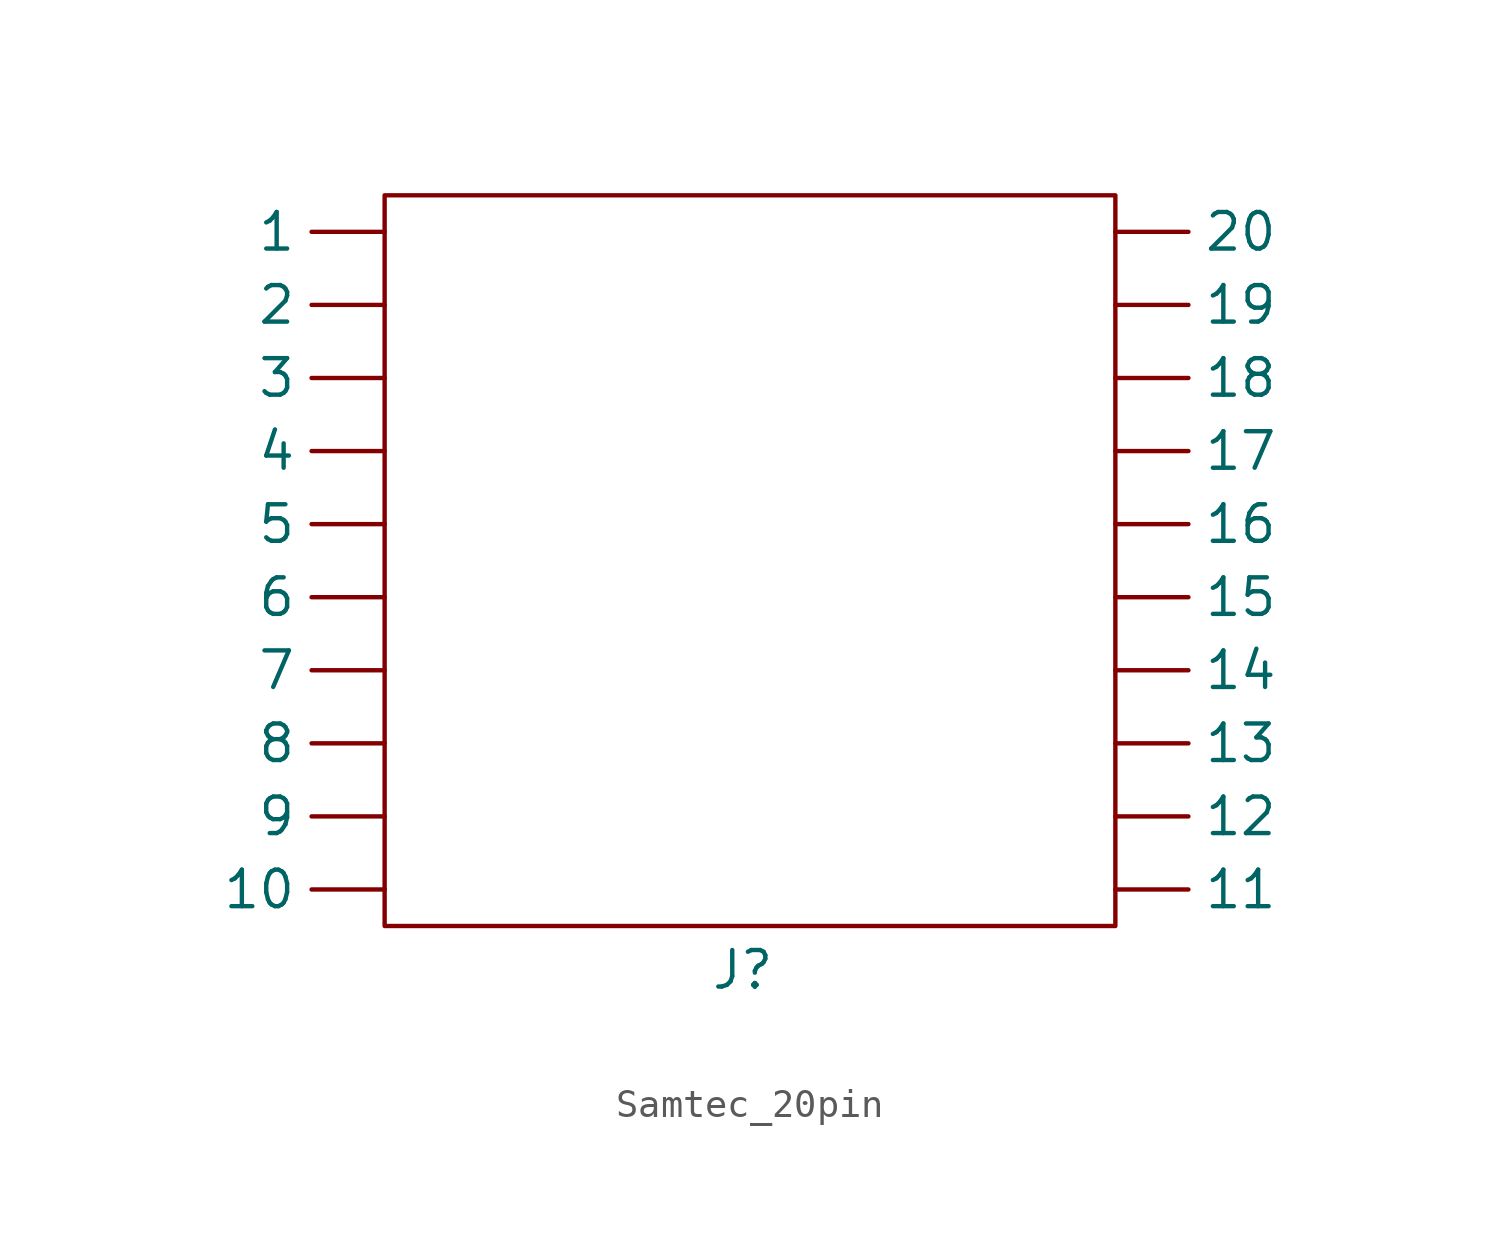
<source format=kicad_sym>
(kicad_symbol_lib
  (version 20231120)
  (generator "kicad_symbol_editor")
  (generator_version "8.0")
  (symbol "Samtec_20pin"
    (property "Reference" "J"
      (at 12.446 -1.524 0)
      (effects (font (size 1.27 1.27))))
    (property "Value" ""
      (at 0 0 0)
      (effects (font (size 1.27 1.27))))
    (symbol "Samtec_20pin_0_1"
      (rectangle (start 0 25.4) (end 25.4 0) (stroke (width 0) (type default)) (fill (type none))))
    (symbol "Samtec_20pin_1_1"
      (pin bidirectional line (at 0 24.13 180) (length 2.54) (name "1" (effects (font (size 1.27 1.27)))) (number "" (effects (font (size 1.27 1.27)))))
      (pin bidirectional line (at 0 1.27 180) (length 2.54) (name "10" (effects (font (size 1.27 1.27)))) (number "" (effects (font (size 1.27 1.27)))))
      (pin bidirectional line (at 25.4 1.27 0) (length 2.54) (name "11" (effects (font (size 1.27 1.27)))) (number "" (effects (font (size 1.27 1.27)))))
      (pin bidirectional line (at 25.4 3.81 0) (length 2.54) (name "12" (effects (font (size 1.27 1.27)))) (number "" (effects (font (size 1.27 1.27)))))
      (pin bidirectional line (at 25.4 6.35 0) (length 2.54) (name "13" (effects (font (size 1.27 1.27)))) (number "" (effects (font (size 1.27 1.27)))))
      (pin bidirectional line (at 25.4 8.89 0) (length 2.54) (name "14" (effects (font (size 1.27 1.27)))) (number "" (effects (font (size 1.27 1.27)))))
      (pin bidirectional line (at 25.4 11.43 0) (length 2.54) (name "15" (effects (font (size 1.27 1.27)))) (number "" (effects (font (size 1.27 1.27)))))
      (pin bidirectional line (at 25.4 13.97 0) (length 2.54) (name "16" (effects (font (size 1.27 1.27)))) (number "" (effects (font (size 1.27 1.27)))))
      (pin bidirectional line (at 25.4 16.51 0) (length 2.54) (name "17" (effects (font (size 1.27 1.27)))) (number "" (effects (font (size 1.27 1.27)))))
      (pin bidirectional line (at 25.4 19.05 0) (length 2.54) (name "18" (effects (font (size 1.27 1.27)))) (number "" (effects (font (size 1.27 1.27)))))
      (pin bidirectional line (at 25.4 21.59 0) (length 2.54) (name "19" (effects (font (size 1.27 1.27)))) (number "" (effects (font (size 1.27 1.27)))))
      (pin bidirectional line (at 0 21.59 180) (length 2.54) (name "2" (effects (font (size 1.27 1.27)))) (number "" (effects (font (size 1.27 1.27)))))
      (pin bidirectional line (at 25.4 24.13 0) (length 2.54) (name "20" (effects (font (size 1.27 1.27)))) (number "" (effects (font (size 1.27 1.27)))))
      (pin bidirectional line (at 0 19.05 180) (length 2.54) (name "3" (effects (font (size 1.27 1.27)))) (number "" (effects (font (size 1.27 1.27)))))
      (pin bidirectional line (at 0 16.51 180) (length 2.54) (name "4" (effects (font (size 1.27 1.27)))) (number "" (effects (font (size 1.27 1.27)))))
      (pin bidirectional line (at 0 13.97 180) (length 2.54) (name "5" (effects (font (size 1.27 1.27)))) (number "" (effects (font (size 1.27 1.27)))))
      (pin bidirectional line (at 0 11.43 180) (length 2.54) (name "6" (effects (font (size 1.27 1.27)))) (number "" (effects (font (size 1.27 1.27)))))
      (pin bidirectional line (at 0 8.89 180) (length 2.54) (name "7" (effects (font (size 1.27 1.27)))) (number "" (effects (font (size 1.27 1.27)))))
      (pin bidirectional line (at 0 6.35 180) (length 2.54) (name "8" (effects (font (size 1.27 1.27)))) (number "" (effects (font (size 1.27 1.27)))))
      (pin bidirectional line (at 0 3.81 180) (length 2.54) (name "9" (effects (font (size 1.27 1.27)))) (number "" (effects (font (size 1.27 1.27))))))))
</source>
